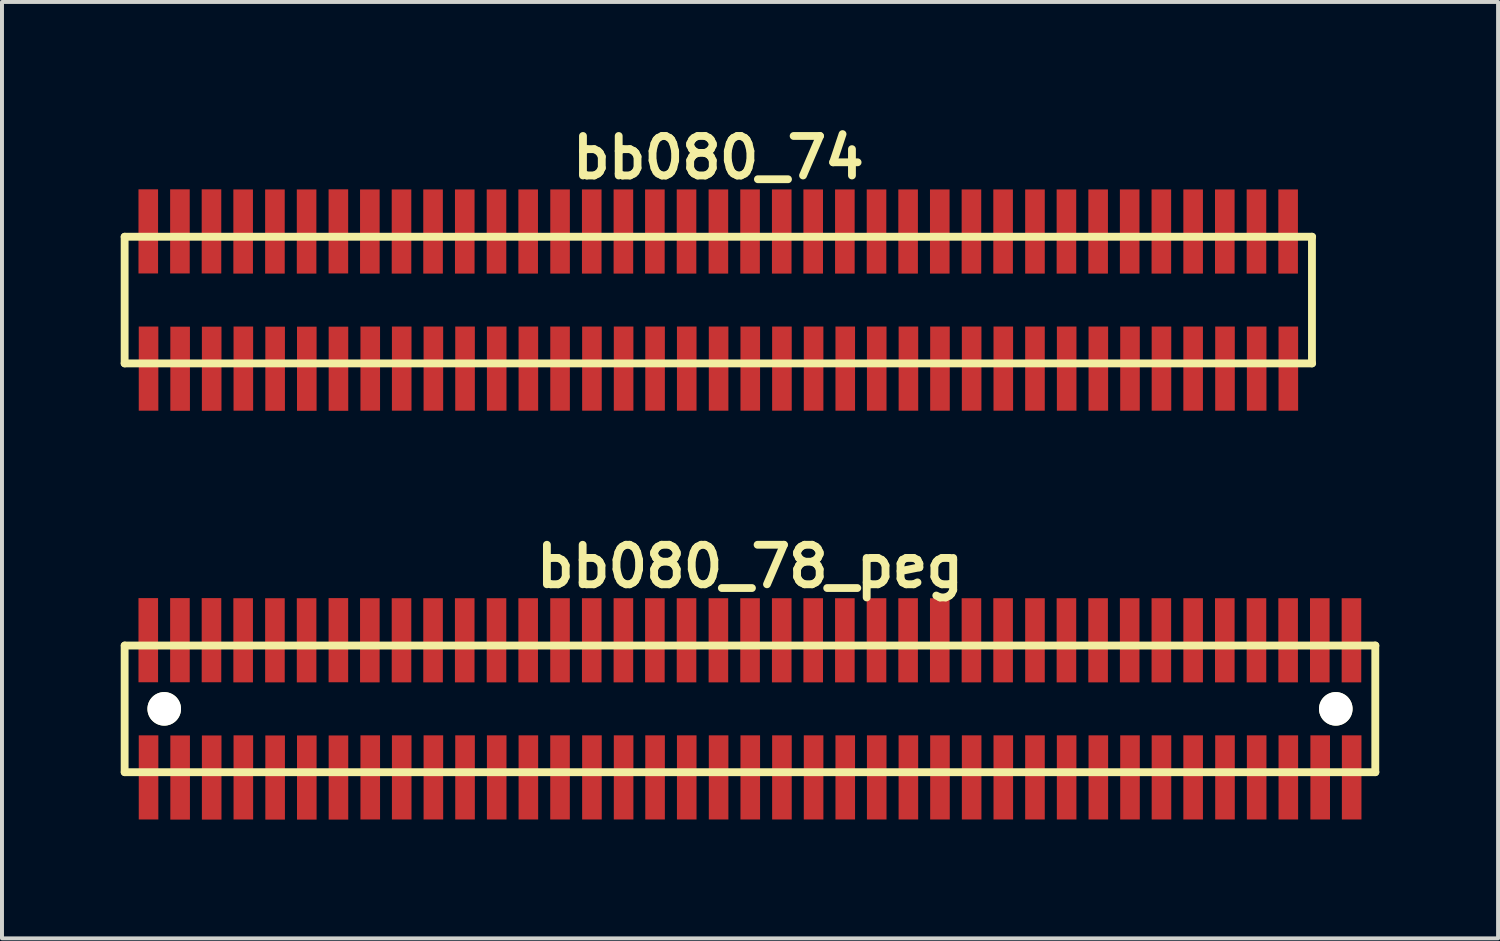
<source format=kicad_pcb>
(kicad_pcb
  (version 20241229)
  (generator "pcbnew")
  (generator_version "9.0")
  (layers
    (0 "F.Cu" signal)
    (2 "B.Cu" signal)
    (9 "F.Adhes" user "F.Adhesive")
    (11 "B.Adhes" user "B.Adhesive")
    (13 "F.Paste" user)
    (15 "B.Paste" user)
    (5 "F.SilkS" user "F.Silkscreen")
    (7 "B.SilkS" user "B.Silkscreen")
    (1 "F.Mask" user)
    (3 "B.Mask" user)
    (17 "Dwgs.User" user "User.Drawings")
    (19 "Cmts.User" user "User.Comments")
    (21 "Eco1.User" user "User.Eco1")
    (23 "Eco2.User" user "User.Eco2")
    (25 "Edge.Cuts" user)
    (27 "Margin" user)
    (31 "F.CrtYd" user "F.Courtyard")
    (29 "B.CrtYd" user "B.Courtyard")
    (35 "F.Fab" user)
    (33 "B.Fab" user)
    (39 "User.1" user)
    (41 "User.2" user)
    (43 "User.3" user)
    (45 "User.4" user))
  (footprint "bb080_78_peg"
    (layer "F.Cu")
    (at 15.9 14.859)
    (property "Reference" "bb080_78_peg" (at 0 -3.599 0) (layer "F.SilkS") (effects (font (size 0.998 0.998) (thickness 0.198))))
    (attr through_hole)
    (fp_line (start -15.801 -1.6) (end -15.801 1.6) (stroke (width 0.198) (type solid)) (layer "F.SilkS"))
    (fp_line (start -15.799 1.6) (end 15.799 1.6) (stroke (width 0.198) (type solid)) (layer "F.SilkS"))
    (fp_line (start 15.796 1.6) (end 15.796 -1.6) (stroke (width 0.198) (type solid)) (layer "F.SilkS"))
    (fp_line (start 15.799 -1.6) (end -15.799 -1.6) (stroke (width 0.198) (type solid)) (layer "F.SilkS"))
    (pad "" np_thru_hole circle (at -14.801 0) (size 0.848 0.848) (drill 0.848) (layers "*.Cu" "*.Mask" "F.SilkS"))
    (pad "" np_thru_hole circle (at 14.798 0) (size 0.848 0.848) (drill 0.848) (layers "*.Cu" "*.Mask" "F.SilkS"))
    (pad "1" smd rect (at -15.197 1.732) (size 0.495 2.126) (layers "F.Cu" "F.Mask" "F.Paste"))
    (pad "2" smd rect (at -15.204 -1.735) (size 0.495 2.126) (layers "F.Cu" "F.Mask" "F.Paste"))
    (pad "3" smd rect (at -14.399 1.735) (size 0.495 2.126) (layers "F.Cu" "F.Mask" "F.Paste"))
    (pad "4" smd rect (at -14.404 -1.735) (size 0.495 2.126) (layers "F.Cu" "F.Mask" "F.Paste"))
    (pad "5" smd rect (at -13.602 1.735) (size 0.495 2.126) (layers "F.Cu" "F.Mask" "F.Paste"))
    (pad "6" smd rect (at -13.607 -1.735) (size 0.495 2.126) (layers "F.Cu" "F.Mask" "F.Paste"))
    (pad "7" smd rect (at -12.802 1.732) (size 0.495 2.126) (layers "F.Cu" "F.Mask" "F.Paste"))
    (pad "8" smd rect (at -12.807 -1.732) (size 0.495 2.126) (layers "F.Cu" "F.Mask" "F.Paste"))
    (pad "9" smd rect (at -11.999 1.735) (size 0.495 2.126) (layers "F.Cu" "F.Mask" "F.Paste"))
    (pad "10" smd rect (at -12.004 -1.732) (size 0.495 2.126) (layers "F.Cu" "F.Mask" "F.Paste"))
    (pad "11" smd rect (at -11.199 1.735) (size 0.495 2.126) (layers "F.Cu" "F.Mask" "F.Paste"))
    (pad "12" smd rect (at -11.204 -1.732) (size 0.495 2.126) (layers "F.Cu" "F.Mask" "F.Paste"))
    (pad "13" smd rect (at -10.399 1.735) (size 0.495 2.126) (layers "F.Cu" "F.Mask" "F.Paste"))
    (pad "14" smd rect (at -10.401 -1.735) (size 0.495 2.126) (layers "F.Cu" "F.Mask" "F.Paste"))
    (pad "15" smd rect (at -9.596 1.732) (size 0.495 2.126) (layers "F.Cu" "F.Mask" "F.Paste"))
    (pad "16" smd rect (at -9.606 -1.732) (size 0.495 2.126) (layers "F.Cu" "F.Mask" "F.Paste"))
    (pad "17" smd rect (at -8.801 1.732) (size 0.495 2.126) (layers "F.Cu" "F.Mask" "F.Paste"))
    (pad "18" smd rect (at -8.806 -1.732) (size 0.495 2.126) (layers "F.Cu" "F.Mask" "F.Paste"))
    (pad "19" smd rect (at -8.001 1.732) (size 0.495 2.126) (layers "F.Cu" "F.Mask" "F.Paste"))
    (pad "20" smd rect (at -8.009 -1.732) (size 0.495 2.126) (layers "F.Cu" "F.Mask" "F.Paste"))
    (pad "21" smd rect (at -7.201 1.732) (size 0.495 2.126) (layers "F.Cu" "F.Mask" "F.Paste"))
    (pad "22" smd rect (at -7.209 -1.732) (size 0.495 2.126) (layers "F.Cu" "F.Mask" "F.Paste"))
    (pad "23" smd rect (at -6.401 1.732) (size 0.495 2.126) (layers "F.Cu" "F.Mask" "F.Paste"))
    (pad "24" smd rect (at -6.406 -1.732) (size 0.495 2.126) (layers "F.Cu" "F.Mask" "F.Paste"))
    (pad "25" smd rect (at -5.601 1.732) (size 0.495 2.126) (layers "F.Cu" "F.Mask" "F.Paste"))
    (pad "26" smd rect (at -5.606 -1.732) (size 0.495 2.126) (layers "F.Cu" "F.Mask" "F.Paste"))
    (pad "27" smd rect (at -4.801 1.732) (size 0.495 2.126) (layers "F.Cu" "F.Mask" "F.Paste"))
    (pad "28" smd rect (at -4.801 -1.732) (size 0.495 2.126) (layers "F.Cu" "F.Mask" "F.Paste"))
    (pad "29" smd rect (at -3.995 1.732) (size 0.495 2.126) (layers "F.Cu" "F.Mask" "F.Paste"))
    (pad "30" smd rect (at -4 -1.732) (size 0.495 2.126) (layers "F.Cu" "F.Mask" "F.Paste"))
    (pad "31" smd rect (at -3.195 1.732) (size 0.495 2.126) (layers "F.Cu" "F.Mask" "F.Paste"))
    (pad "32" smd rect (at -3.2 -1.732) (size 0.495 2.126) (layers "F.Cu" "F.Mask" "F.Paste"))
    (pad "33" smd rect (at -2.4 1.732) (size 0.495 2.126) (layers "F.Cu" "F.Mask" "F.Paste"))
    (pad "34" smd rect (at -2.405 -1.732) (size 0.495 2.126) (layers "F.Cu" "F.Mask" "F.Paste"))
    (pad "35" smd rect (at -1.6 1.732) (size 0.495 2.126) (layers "F.Cu" "F.Mask" "F.Paste"))
    (pad "36" smd rect (at -1.605 -1.732) (size 0.495 2.126) (layers "F.Cu" "F.Mask" "F.Paste"))
    (pad "37" smd rect (at -0.795 1.732) (size 0.495 2.126) (layers "F.Cu" "F.Mask" "F.Paste"))
    (pad "38" smd rect (at -0.8 -1.732) (size 0.495 2.126) (layers "F.Cu" "F.Mask" "F.Paste"))
    (pad "39" smd rect (at 0.005 1.732) (size 0.495 2.126) (layers "F.Cu" "F.Mask" "F.Paste"))
    (pad "40" smd rect (at 0 -1.732) (size 0.495 2.126) (layers "F.Cu" "F.Mask" "F.Paste"))
    (pad "41" smd rect (at 0.805 1.732) (size 0.495 2.126) (layers "F.Cu" "F.Mask" "F.Paste"))
    (pad "42" smd rect (at 0.8 -1.732) (size 0.495 2.126) (layers "F.Cu" "F.Mask" "F.Paste"))
    (pad "43" smd rect (at 1.605 1.732) (size 0.495 2.126) (layers "F.Cu" "F.Mask" "F.Paste"))
    (pad "44" smd rect (at 1.595 -1.732) (size 0.495 2.126) (layers "F.Cu" "F.Mask" "F.Paste"))
    (pad "45" smd rect (at 2.405 1.732) (size 0.495 2.126) (layers "F.Cu" "F.Mask" "F.Paste"))
    (pad "46" smd rect (at 2.395 -1.732) (size 0.495 2.126) (layers "F.Cu" "F.Mask" "F.Paste"))
    (pad "47" smd rect (at 3.2 1.732) (size 0.495 2.126) (layers "F.Cu" "F.Mask" "F.Paste"))
    (pad "48" smd rect (at 3.195 -1.732) (size 0.495 2.126) (layers "F.Cu" "F.Mask" "F.Paste"))
    (pad "49" smd rect (at 4 1.732) (size 0.495 2.126) (layers "F.Cu" "F.Mask" "F.Paste"))
    (pad "50" smd rect (at 3.993 -1.732) (size 0.495 2.126) (layers "F.Cu" "F.Mask" "F.Paste"))
    (pad "51" smd rect (at 4.798 1.732) (size 0.495 2.126) (layers "F.Cu" "F.Mask" "F.Paste"))
    (pad "52" smd rect (at 4.793 -1.732) (size 0.495 2.126) (layers "F.Cu" "F.Mask" "F.Paste"))
    (pad "53" smd rect (at 5.598 1.732) (size 0.495 2.126) (layers "F.Cu" "F.Mask" "F.Paste"))
    (pad "54" smd rect (at 5.593 -1.732) (size 0.495 2.126) (layers "F.Cu" "F.Mask" "F.Paste"))
    (pad "55" smd rect (at 6.398 1.732) (size 0.495 2.126) (layers "F.Cu" "F.Mask" "F.Paste"))
    (pad "56" smd rect (at 6.393 -1.732) (size 0.495 2.126) (layers "F.Cu" "F.Mask" "F.Paste"))
    (pad "57" smd rect (at 7.198 1.732) (size 0.495 2.126) (layers "F.Cu" "F.Mask" "F.Paste"))
    (pad "58" smd rect (at 7.198 -1.732) (size 0.495 2.126) (layers "F.Cu" "F.Mask" "F.Paste"))
    (pad "59" smd rect (at 7.998 1.732) (size 0.495 2.126) (layers "F.Cu" "F.Mask" "F.Paste"))
    (pad "60" smd rect (at 7.993 -1.732) (size 0.495 2.126) (layers "F.Cu" "F.Mask" "F.Paste"))
    (pad "61" smd rect (at 8.799 1.732) (size 0.495 2.126) (layers "F.Cu" "F.Mask" "F.Paste"))
    (pad "62" smd rect (at 8.793 -1.732) (size 0.495 2.126) (layers "F.Cu" "F.Mask" "F.Paste"))
    (pad "63" smd rect (at 9.599 1.732) (size 0.495 2.126) (layers "F.Cu" "F.Mask" "F.Paste"))
    (pad "64" smd rect (at 9.591 -1.732) (size 0.495 2.126) (layers "F.Cu" "F.Mask" "F.Paste"))
    (pad "65" smd rect (at 10.394 1.732) (size 0.495 2.126) (layers "F.Cu" "F.Mask" "F.Paste"))
    (pad "66" smd rect (at 10.391 -1.732) (size 0.495 2.126) (layers "F.Cu" "F.Mask" "F.Paste"))
    (pad "67" smd rect (at 11.194 1.732) (size 0.495 2.126) (layers "F.Cu" "F.Mask" "F.Paste"))
    (pad "68" smd rect (at 11.194 -1.732) (size 0.495 2.126) (layers "F.Cu" "F.Mask" "F.Paste"))
    (pad "69" smd rect (at 11.999 1.732) (size 0.495 2.126) (layers "F.Cu" "F.Mask" "F.Paste"))
    (pad "70" smd rect (at 11.994 -1.732) (size 0.495 2.126) (layers "F.Cu" "F.Mask" "F.Paste"))
    (pad "71" smd rect (at 12.799 1.732) (size 0.495 2.126) (layers "F.Cu" "F.Mask" "F.Paste"))
    (pad "72" smd rect (at 12.794 -1.732) (size 0.495 2.126) (layers "F.Cu" "F.Mask" "F.Paste"))
    (pad "73" smd rect (at 13.599 1.732) (size 0.495 2.126) (layers "F.Cu" "F.Mask" "F.Paste"))
    (pad "74" smd rect (at 13.594 -1.732) (size 0.495 2.126) (layers "F.Cu" "F.Mask" "F.Paste"))
    (pad "75" smd rect (at 14.404 1.732) (size 0.495 2.126) (layers "F.Cu" "F.Mask" "F.Paste"))
    (pad "76" smd rect (at 14.394 -1.732) (size 0.495 2.126) (layers "F.Cu" "F.Mask" "F.Paste"))
    (pad "77" smd rect (at 15.199 1.732) (size 0.495 2.126) (layers "F.Cu" "F.Mask" "F.Paste"))
    (pad "78" smd rect (at 15.194 -1.732) (size 0.495 2.126) (layers "F.Cu" "F.Mask" "F.Paste")))
  (footprint "bb080_74"
    (layer "F.Cu")
    (at 15.1 4.531)
    (property "Reference" "bb080_74" (at 0 -3.599 0) (layer "F.SilkS") (effects (font (size 0.998 0.998) (thickness 0.198))))
    (attr through_hole)
    (fp_line (start -15.001 -1.6) (end -15.001 1.6) (stroke (width 0.198) (type solid)) (layer "F.SilkS"))
    (fp_line (start -15.001 -1.6) (end 15.001 -1.6) (stroke (width 0.198) (type solid)) (layer "F.SilkS"))
    (fp_line (start 14.996 1.6) (end 14.996 -1.6) (stroke (width 0.198) (type solid)) (layer "F.SilkS"))
    (fp_line (start 15.001 1.6) (end -15.001 1.6) (stroke (width 0.198) (type solid)) (layer "F.SilkS"))
    (pad "1" smd rect (at -14.397 1.732) (size 0.495 2.126) (layers "F.Cu" "F.Mask" "F.Paste"))
    (pad "2" smd rect (at -14.404 -1.735) (size 0.495 2.126) (layers "F.Cu" "F.Mask" "F.Paste"))
    (pad "3" smd rect (at -13.599 1.735) (size 0.495 2.126) (layers "F.Cu" "F.Mask" "F.Paste"))
    (pad "4" smd rect (at -13.604 -1.735) (size 0.495 2.126) (layers "F.Cu" "F.Mask" "F.Paste"))
    (pad "5" smd rect (at -12.802 1.735) (size 0.495 2.126) (layers "F.Cu" "F.Mask" "F.Paste"))
    (pad "6" smd rect (at -12.807 -1.735) (size 0.495 2.126) (layers "F.Cu" "F.Mask" "F.Paste"))
    (pad "7" smd rect (at -12.002 1.732) (size 0.495 2.126) (layers "F.Cu" "F.Mask" "F.Paste"))
    (pad "8" smd rect (at -12.007 -1.732) (size 0.495 2.126) (layers "F.Cu" "F.Mask" "F.Paste"))
    (pad "9" smd rect (at -11.199 1.735) (size 0.495 2.126) (layers "F.Cu" "F.Mask" "F.Paste"))
    (pad "10" smd rect (at -11.204 -1.732) (size 0.495 2.126) (layers "F.Cu" "F.Mask" "F.Paste"))
    (pad "11" smd rect (at -10.399 1.735) (size 0.495 2.126) (layers "F.Cu" "F.Mask" "F.Paste"))
    (pad "12" smd rect (at -10.404 -1.732) (size 0.495 2.126) (layers "F.Cu" "F.Mask" "F.Paste"))
    (pad "13" smd rect (at -9.599 1.735) (size 0.495 2.126) (layers "F.Cu" "F.Mask" "F.Paste"))
    (pad "14" smd rect (at -9.601 -1.735) (size 0.495 2.126) (layers "F.Cu" "F.Mask" "F.Paste"))
    (pad "15" smd rect (at -8.796 1.732) (size 0.495 2.126) (layers "F.Cu" "F.Mask" "F.Paste"))
    (pad "16" smd rect (at -8.806 -1.732) (size 0.495 2.126) (layers "F.Cu" "F.Mask" "F.Paste"))
    (pad "17" smd rect (at -8.001 1.732) (size 0.495 2.126) (layers "F.Cu" "F.Mask" "F.Paste"))
    (pad "18" smd rect (at -8.006 -1.732) (size 0.495 2.126) (layers "F.Cu" "F.Mask" "F.Paste"))
    (pad "19" smd rect (at -7.201 1.732) (size 0.495 2.126) (layers "F.Cu" "F.Mask" "F.Paste"))
    (pad "20" smd rect (at -7.209 -1.732) (size 0.495 2.126) (layers "F.Cu" "F.Mask" "F.Paste"))
    (pad "21" smd rect (at -6.401 1.732) (size 0.495 2.126) (layers "F.Cu" "F.Mask" "F.Paste"))
    (pad "22" smd rect (at -6.408 -1.732) (size 0.495 2.126) (layers "F.Cu" "F.Mask" "F.Paste"))
    (pad "23" smd rect (at -5.601 1.732) (size 0.495 2.126) (layers "F.Cu" "F.Mask" "F.Paste"))
    (pad "24" smd rect (at -5.606 -1.732) (size 0.495 2.126) (layers "F.Cu" "F.Mask" "F.Paste"))
    (pad "25" smd rect (at -4.801 1.732) (size 0.495 2.126) (layers "F.Cu" "F.Mask" "F.Paste"))
    (pad "26" smd rect (at -4.806 -1.732) (size 0.495 2.126) (layers "F.Cu" "F.Mask" "F.Paste"))
    (pad "27" smd rect (at -4 1.732) (size 0.495 2.126) (layers "F.Cu" "F.Mask" "F.Paste"))
    (pad "28" smd rect (at -4 -1.732) (size 0.495 2.126) (layers "F.Cu" "F.Mask" "F.Paste"))
    (pad "29" smd rect (at -3.195 1.732) (size 0.495 2.126) (layers "F.Cu" "F.Mask" "F.Paste"))
    (pad "30" smd rect (at -3.2 -1.732) (size 0.495 2.126) (layers "F.Cu" "F.Mask" "F.Paste"))
    (pad "31" smd rect (at -2.395 1.732) (size 0.495 2.126) (layers "F.Cu" "F.Mask" "F.Paste"))
    (pad "32" smd rect (at -2.4 -1.732) (size 0.495 2.126) (layers "F.Cu" "F.Mask" "F.Paste"))
    (pad "33" smd rect (at -1.6 1.732) (size 0.495 2.126) (layers "F.Cu" "F.Mask" "F.Paste"))
    (pad "34" smd rect (at -1.605 -1.732) (size 0.495 2.126) (layers "F.Cu" "F.Mask" "F.Paste"))
    (pad "35" smd rect (at -0.8 1.732) (size 0.495 2.126) (layers "F.Cu" "F.Mask" "F.Paste"))
    (pad "36" smd rect (at -0.805 -1.732) (size 0.495 2.126) (layers "F.Cu" "F.Mask" "F.Paste"))
    (pad "37" smd rect (at 0.005 1.732) (size 0.495 2.126) (layers "F.Cu" "F.Mask" "F.Paste"))
    (pad "38" smd rect (at 0 -1.732) (size 0.495 2.126) (layers "F.Cu" "F.Mask" "F.Paste"))
    (pad "39" smd rect (at 0.805 1.732) (size 0.495 2.126) (layers "F.Cu" "F.Mask" "F.Paste"))
    (pad "40" smd rect (at 0.8 -1.732) (size 0.495 2.126) (layers "F.Cu" "F.Mask" "F.Paste"))
    (pad "41" smd rect (at 1.605 1.732) (size 0.495 2.126) (layers "F.Cu" "F.Mask" "F.Paste"))
    (pad "42" smd rect (at 1.6 -1.732) (size 0.495 2.126) (layers "F.Cu" "F.Mask" "F.Paste"))
    (pad "43" smd rect (at 2.405 1.732) (size 0.495 2.126) (layers "F.Cu" "F.Mask" "F.Paste"))
    (pad "44" smd rect (at 2.395 -1.732) (size 0.495 2.126) (layers "F.Cu" "F.Mask" "F.Paste"))
    (pad "45" smd rect (at 3.205 1.732) (size 0.495 2.126) (layers "F.Cu" "F.Mask" "F.Paste"))
    (pad "46" smd rect (at 3.195 -1.732) (size 0.495 2.126) (layers "F.Cu" "F.Mask" "F.Paste"))
    (pad "47" smd rect (at 4 1.732) (size 0.495 2.126) (layers "F.Cu" "F.Mask" "F.Paste"))
    (pad "48" smd rect (at 3.995 -1.732) (size 0.495 2.126) (layers "F.Cu" "F.Mask" "F.Paste"))
    (pad "49" smd rect (at 4.801 1.732) (size 0.495 2.126) (layers "F.Cu" "F.Mask" "F.Paste"))
    (pad "50" smd rect (at 4.793 -1.732) (size 0.495 2.126) (layers "F.Cu" "F.Mask" "F.Paste"))
    (pad "51" smd rect (at 5.598 1.732) (size 0.495 2.126) (layers "F.Cu" "F.Mask" "F.Paste"))
    (pad "52" smd rect (at 5.593 -1.732) (size 0.495 2.126) (layers "F.Cu" "F.Mask" "F.Paste"))
    (pad "53" smd rect (at 6.398 1.732) (size 0.495 2.126) (layers "F.Cu" "F.Mask" "F.Paste"))
    (pad "54" smd rect (at 6.393 -1.732) (size 0.495 2.126) (layers "F.Cu" "F.Mask" "F.Paste"))
    (pad "55" smd rect (at 7.198 1.732) (size 0.495 2.126) (layers "F.Cu" "F.Mask" "F.Paste"))
    (pad "56" smd rect (at 7.193 -1.732) (size 0.495 2.126) (layers "F.Cu" "F.Mask" "F.Paste"))
    (pad "57" smd rect (at 7.998 1.732) (size 0.495 2.126) (layers "F.Cu" "F.Mask" "F.Paste"))
    (pad "58" smd rect (at 7.998 -1.732) (size 0.495 2.126) (layers "F.Cu" "F.Mask" "F.Paste"))
    (pad "59" smd rect (at 8.799 1.732) (size 0.495 2.126) (layers "F.Cu" "F.Mask" "F.Paste"))
    (pad "60" smd rect (at 8.793 -1.732) (size 0.495 2.126) (layers "F.Cu" "F.Mask" "F.Paste"))
    (pad "61" smd rect (at 9.599 1.732) (size 0.495 2.126) (layers "F.Cu" "F.Mask" "F.Paste"))
    (pad "62" smd rect (at 9.594 -1.732) (size 0.495 2.126) (layers "F.Cu" "F.Mask" "F.Paste"))
    (pad "63" smd rect (at 10.399 1.732) (size 0.495 2.126) (layers "F.Cu" "F.Mask" "F.Paste"))
    (pad "64" smd rect (at 10.391 -1.732) (size 0.495 2.126) (layers "F.Cu" "F.Mask" "F.Paste"))
    (pad "65" smd rect (at 11.194 1.732) (size 0.495 2.126) (layers "F.Cu" "F.Mask" "F.Paste"))
    (pad "66" smd rect (at 11.191 -1.732) (size 0.495 2.126) (layers "F.Cu" "F.Mask" "F.Paste"))
    (pad "67" smd rect (at 11.994 1.732) (size 0.495 2.126) (layers "F.Cu" "F.Mask" "F.Paste"))
    (pad "68" smd rect (at 11.994 -1.732) (size 0.495 2.126) (layers "F.Cu" "F.Mask" "F.Paste"))
    (pad "69" smd rect (at 12.799 1.732) (size 0.495 2.126) (layers "F.Cu" "F.Mask" "F.Paste"))
    (pad "70" smd rect (at 12.794 -1.732) (size 0.495 2.126) (layers "F.Cu" "F.Mask" "F.Paste"))
    (pad "71" smd rect (at 13.599 1.732) (size 0.495 2.126) (layers "F.Cu" "F.Mask" "F.Paste"))
    (pad "72" smd rect (at 13.594 -1.732) (size 0.495 2.126) (layers "F.Cu" "F.Mask" "F.Paste"))
    (pad "73" smd rect (at 14.399 1.732) (size 0.495 2.126) (layers "F.Cu" "F.Mask" "F.Paste"))
    (pad "74" smd rect (at 14.394 -1.732) (size 0.495 2.126) (layers "F.Cu" "F.Mask" "F.Paste")))
  (gr_rect
    (start -3 -3)
    (end 34.798 20.657)
    (stroke (width 0.1) (type default))
    (fill no)
    (layer "Edge.Cuts")))
</source>
